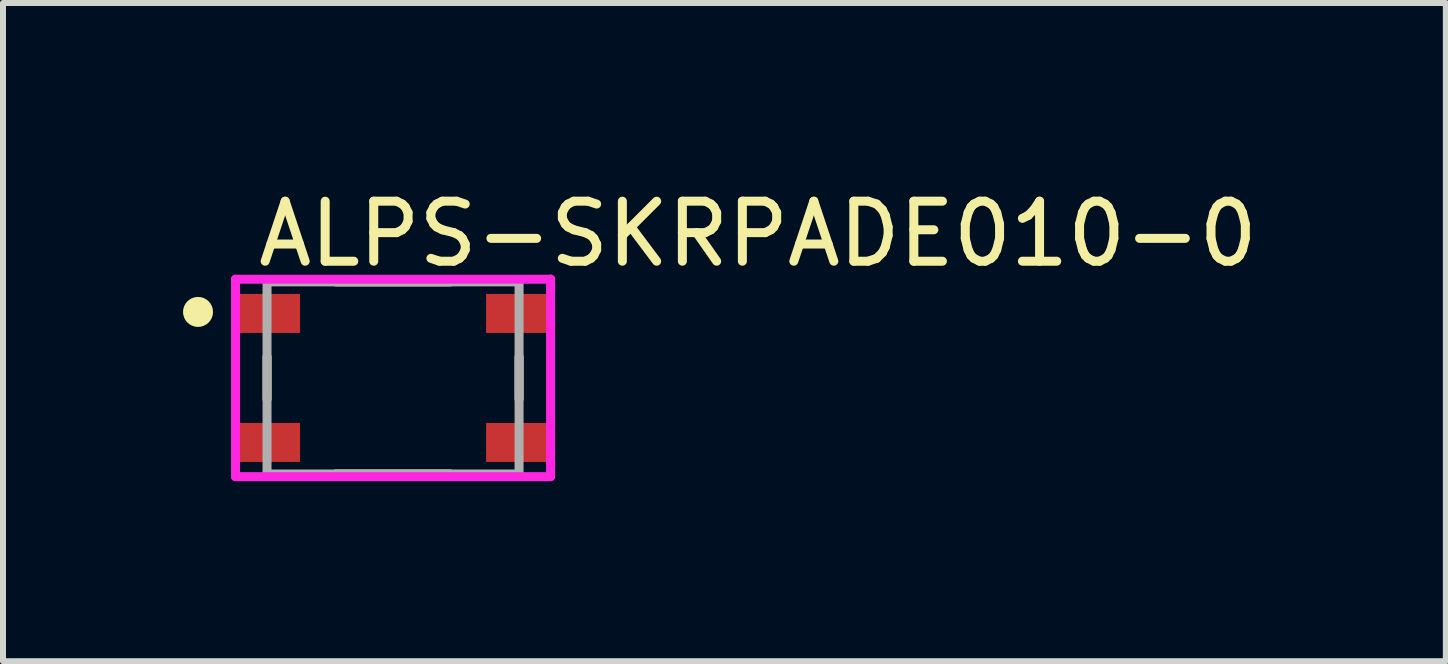
<source format=kicad_pcb>
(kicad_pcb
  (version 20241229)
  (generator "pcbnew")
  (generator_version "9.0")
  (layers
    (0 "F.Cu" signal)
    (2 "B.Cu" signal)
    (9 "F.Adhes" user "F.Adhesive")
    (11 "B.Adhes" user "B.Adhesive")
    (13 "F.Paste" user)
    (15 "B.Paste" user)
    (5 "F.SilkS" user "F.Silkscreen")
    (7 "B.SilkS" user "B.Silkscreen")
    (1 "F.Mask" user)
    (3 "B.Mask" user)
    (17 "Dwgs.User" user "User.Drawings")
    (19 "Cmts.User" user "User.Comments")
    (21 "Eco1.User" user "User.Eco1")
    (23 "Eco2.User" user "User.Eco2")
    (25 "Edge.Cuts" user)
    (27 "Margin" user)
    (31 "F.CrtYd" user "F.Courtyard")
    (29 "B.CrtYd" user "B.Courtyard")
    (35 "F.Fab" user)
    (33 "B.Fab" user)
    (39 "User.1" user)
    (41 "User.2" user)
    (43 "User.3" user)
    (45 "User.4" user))
  (footprint "ALPS-SKRPADE010-0"
    (layer "F.Cu")
    (at 3.5 3.248)
    (property "Reference" "ALPS-SKRPADE010-0" (at -2.325 -2.4 0) (layer "F.SilkS") (effects (font (size 1 1) (thickness 0.15)) (justify left)))
    (attr through_hole)
    (fp_line (start -2.1 -0.35) (end -2.1 0.35) (stroke (width 0.15) (type solid)) (layer "F.SilkS"))
    (fp_line (start 0.95 -1.6) (end -0.95 -1.6) (stroke (width 0.15) (type solid)) (layer "F.SilkS"))
    (fp_line (start 0.95 1.6) (end -0.95 1.6) (stroke (width 0.15) (type solid)) (layer "F.SilkS"))
    (fp_line (start 2.1 -0.35) (end 2.1 0.35) (stroke (width 0.15) (type solid)) (layer "F.SilkS"))
    (fp_circle (center -3.25 -1.1) (end -3.125 -1.1) (stroke (width 0.25) (type solid)) (fill no) (layer "F.SilkS"))
    (fp_line (start -2.625 -1.645) (end -2.625 1.645) (stroke (width 0.15) (type solid)) (layer "F.CrtYd"))
    (fp_line (start -2.625 1.645) (end 2.625 1.645) (stroke (width 0.15) (type solid)) (layer "F.CrtYd"))
    (fp_line (start 2.625 -1.645) (end -2.625 -1.645) (stroke (width 0.15) (type solid)) (layer "F.CrtYd"))
    (fp_line (start 2.625 -1.645) (end 2.625 -1.645) (stroke (width 0.15) (type solid)) (layer "F.CrtYd"))
    (fp_line (start 2.625 1.645) (end 2.625 -1.645) (stroke (width 0.15) (type solid)) (layer "F.CrtYd"))
    (fp_line (start -2.1 -1.6) (end 2.1 -1.6) (stroke (width 0.15) (type solid)) (layer "F.Fab"))
    (fp_line (start -2.1 1.6) (end -2.1 -1.6) (stroke (width 0.15) (type solid)) (layer "F.Fab"))
    (fp_line (start 2.1 -1.6) (end 2.1 1.6) (stroke (width 0.15) (type solid)) (layer "F.Fab"))
    (fp_line (start 2.1 1.6) (end -2.1 1.6) (stroke (width 0.15) (type solid)) (layer "F.Fab"))
    (pad "1" smd rect (at -2.075 -1.075) (size 1.05 0.65) (layers "F.Cu" "F.Mask" "F.Paste"))
    (pad "2" smd rect (at 2.075 -1.075) (size 1.05 0.65) (layers "F.Cu" "F.Mask" "F.Paste"))
    (pad "3" smd rect (at -2.075 1.075) (size 1.05 0.65) (layers "F.Cu" "F.Mask" "F.Paste"))
    (pad "4" smd rect (at 2.075 1.075) (size 1.05 0.65) (layers "F.Cu" "F.Mask" "F.Paste")))
  (gr_rect
    (start -3 -3)
    (end 21.044 7.968)
    (stroke (width 0.1) (type default))
    (fill no)
    (layer "Edge.Cuts")))
</source>
